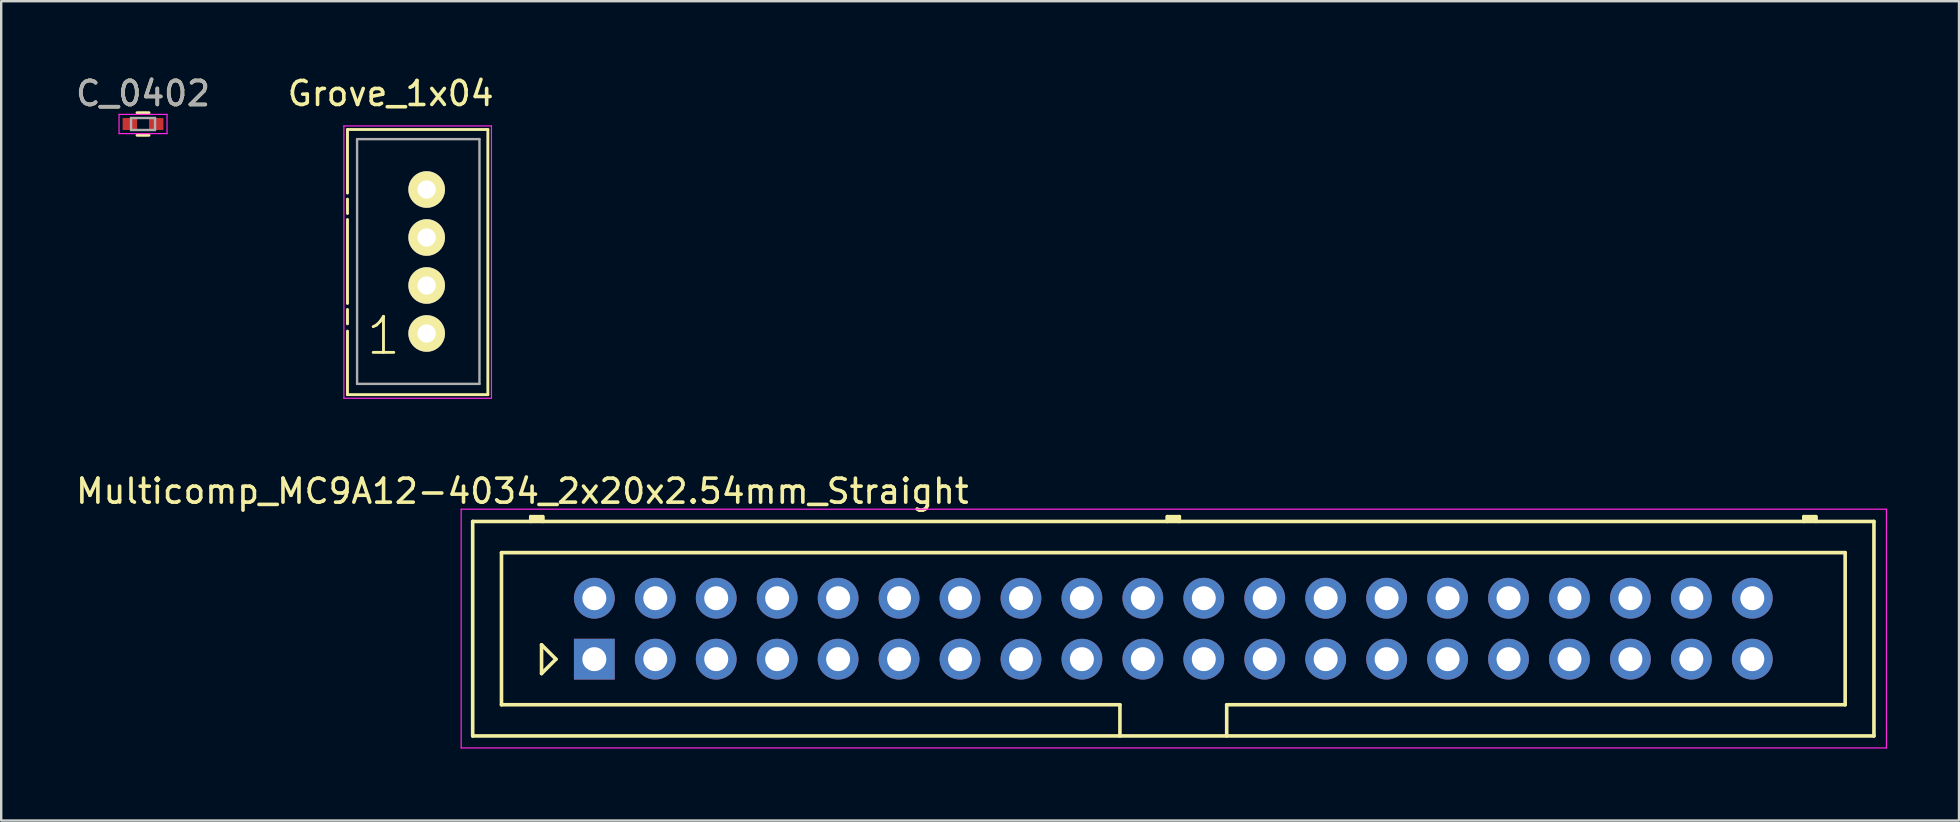
<source format=kicad_pcb>
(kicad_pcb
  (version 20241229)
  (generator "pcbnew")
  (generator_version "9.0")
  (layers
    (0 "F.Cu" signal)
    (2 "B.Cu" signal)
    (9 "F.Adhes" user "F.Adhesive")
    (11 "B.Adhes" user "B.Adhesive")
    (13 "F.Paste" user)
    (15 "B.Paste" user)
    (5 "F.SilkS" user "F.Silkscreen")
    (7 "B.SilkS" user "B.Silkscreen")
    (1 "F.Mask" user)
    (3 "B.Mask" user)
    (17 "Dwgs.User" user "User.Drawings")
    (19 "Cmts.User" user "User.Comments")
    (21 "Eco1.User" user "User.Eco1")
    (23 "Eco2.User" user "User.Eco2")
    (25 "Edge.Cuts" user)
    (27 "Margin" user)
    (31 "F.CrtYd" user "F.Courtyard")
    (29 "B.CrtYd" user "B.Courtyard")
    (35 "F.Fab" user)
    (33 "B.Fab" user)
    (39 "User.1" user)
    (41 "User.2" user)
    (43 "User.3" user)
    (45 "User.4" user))
  (footprint "Multicomp_MC9A12-4034_2x20x2.54mm_Straight"
    (layer "F.Cu")
    (at 21.72 24.422)
    (property "Reference" "Multicomp_MC9A12-4034_2x20x2.54mm_Straight" (at -3 -7 0) (layer "F.SilkS") (effects (font (size 1 1) (thickness 0.15))))
    (attr through_hole)
    (fp_line (start -5.07 -5.74) (end 53.33 -5.74) (stroke (width 0.15) (type solid)) (layer "F.SilkS"))
    (fp_line (start -5.07 3.2) (end -5.07 -5.74) (stroke (width 0.15) (type solid)) (layer "F.SilkS"))
    (fp_line (start -3.87 -4.44) (end 52.13 -4.44) (stroke (width 0.15) (type solid)) (layer "F.SilkS"))
    (fp_line (start -3.87 1.9) (end -3.87 -4.44) (stroke (width 0.15) (type solid)) (layer "F.SilkS"))
    (fp_line (start -2.65 -5.94) (end -2.15 -5.94) (stroke (width 0.15) (type solid)) (layer "F.SilkS"))
    (fp_line (start -2.65 -5.84) (end -2.15 -5.84) (stroke (width 0.15) (type solid)) (layer "F.SilkS"))
    (fp_line (start -2.65 -5.74) (end -2.65 -5.94) (stroke (width 0.15) (type solid)) (layer "F.SilkS"))
    (fp_line (start -2.2 -0.6) (end -1.6 0) (stroke (width 0.15) (type solid)) (layer "F.SilkS"))
    (fp_line (start -2.2 0.6) (end -2.2 -0.6) (stroke (width 0.15) (type solid)) (layer "F.SilkS"))
    (fp_line (start -2.15 -5.94) (end -2.15 -5.74) (stroke (width 0.15) (type solid)) (layer "F.SilkS"))
    (fp_line (start -1.6 0) (end -2.2 0.6) (stroke (width 0.15) (type solid)) (layer "F.SilkS"))
    (fp_line (start 21.905 1.9) (end -3.87 1.9) (stroke (width 0.15) (type solid)) (layer "F.SilkS"))
    (fp_line (start 21.905 3.2) (end 21.905 1.9) (stroke (width 0.15) (type solid)) (layer "F.SilkS"))
    (fp_line (start 23.88 -5.94) (end 24.38 -5.94) (stroke (width 0.15) (type solid)) (layer "F.SilkS"))
    (fp_line (start 23.88 -5.84) (end 24.38 -5.84) (stroke (width 0.15) (type solid)) (layer "F.SilkS"))
    (fp_line (start 23.88 -5.74) (end 23.88 -5.94) (stroke (width 0.15) (type solid)) (layer "F.SilkS"))
    (fp_line (start 24.38 -5.94) (end 24.38 -5.74) (stroke (width 0.15) (type solid)) (layer "F.SilkS"))
    (fp_line (start 26.355 1.9) (end 26.355 3.2) (stroke (width 0.15) (type solid)) (layer "F.SilkS"))
    (fp_line (start 50.41 -5.94) (end 50.91 -5.94) (stroke (width 0.15) (type solid)) (layer "F.SilkS"))
    (fp_line (start 50.41 -5.84) (end 50.91 -5.84) (stroke (width 0.15) (type solid)) (layer "F.SilkS"))
    (fp_line (start 50.41 -5.74) (end 50.41 -5.94) (stroke (width 0.15) (type solid)) (layer "F.SilkS"))
    (fp_line (start 50.91 -5.94) (end 50.91 -5.74) (stroke (width 0.15) (type solid)) (layer "F.SilkS"))
    (fp_line (start 52.13 -4.44) (end 52.13 1.9) (stroke (width 0.15) (type solid)) (layer "F.SilkS"))
    (fp_line (start 52.13 1.9) (end 26.355 1.9) (stroke (width 0.15) (type solid)) (layer "F.SilkS"))
    (fp_line (start 53.33 -5.74) (end 53.33 3.2) (stroke (width 0.15) (type solid)) (layer "F.SilkS"))
    (fp_line (start 53.33 3.2) (end -5.07 3.2) (stroke (width 0.15) (type solid)) (layer "F.SilkS"))
    (fp_line (start -5.55 -6.25) (end 53.85 -6.25) (stroke (width 0.05) (type solid)) (layer "F.CrtYd"))
    (fp_line (start -5.55 3.7) (end -5.55 -6.25) (stroke (width 0.05) (type solid)) (layer "F.CrtYd"))
    (fp_line (start 53.85 -6.25) (end 53.85 3.7) (stroke (width 0.05) (type solid)) (layer "F.CrtYd"))
    (fp_line (start 53.85 3.7) (end -5.55 3.7) (stroke (width 0.05) (type solid)) (layer "F.CrtYd"))
    (pad "1" thru_hole rect (at 0 0) (size 1.7 1.7) (drill 1) (layers "*.Cu" "*.Mask"))
    (pad "2" thru_hole circle (at 0 -2.54) (size 1.7 1.7) (drill 1) (layers "*.Cu" "*.Mask"))
    (pad "3" thru_hole circle (at 2.54 0) (size 1.7 1.7) (drill 1) (layers "*.Cu" "*.Mask"))
    (pad "4" thru_hole circle (at 2.54 -2.54) (size 1.7 1.7) (drill 1) (layers "*.Cu" "*.Mask"))
    (pad "5" thru_hole circle (at 5.08 0) (size 1.7 1.7) (drill 1) (layers "*.Cu" "*.Mask"))
    (pad "6" thru_hole circle (at 5.08 -2.54) (size 1.7 1.7) (drill 1) (layers "*.Cu" "*.Mask"))
    (pad "7" thru_hole circle (at 7.62 0) (size 1.7 1.7) (drill 1) (layers "*.Cu" "*.Mask"))
    (pad "8" thru_hole circle (at 7.62 -2.54) (size 1.7 1.7) (drill 1) (layers "*.Cu" "*.Mask"))
    (pad "9" thru_hole circle (at 10.16 0) (size 1.7 1.7) (drill 1) (layers "*.Cu" "*.Mask"))
    (pad "10" thru_hole circle (at 10.16 -2.54) (size 1.7 1.7) (drill 1) (layers "*.Cu" "*.Mask"))
    (pad "11" thru_hole circle (at 12.7 0) (size 1.7 1.7) (drill 1) (layers "*.Cu" "*.Mask"))
    (pad "12" thru_hole circle (at 12.7 -2.54) (size 1.7 1.7) (drill 1) (layers "*.Cu" "*.Mask"))
    (pad "13" thru_hole circle (at 15.24 0) (size 1.7 1.7) (drill 1) (layers "*.Cu" "*.Mask"))
    (pad "14" thru_hole circle (at 15.24 -2.54) (size 1.7 1.7) (drill 1) (layers "*.Cu" "*.Mask"))
    (pad "15" thru_hole circle (at 17.78 0) (size 1.7 1.7) (drill 1) (layers "*.Cu" "*.Mask"))
    (pad "16" thru_hole circle (at 17.78 -2.54) (size 1.7 1.7) (drill 1) (layers "*.Cu" "*.Mask"))
    (pad "17" thru_hole circle (at 20.32 0) (size 1.7 1.7) (drill 1) (layers "*.Cu" "*.Mask"))
    (pad "18" thru_hole circle (at 20.32 -2.54) (size 1.7 1.7) (drill 1) (layers "*.Cu" "*.Mask"))
    (pad "19" thru_hole circle (at 22.86 0) (size 1.7 1.7) (drill 1) (layers "*.Cu" "*.Mask"))
    (pad "20" thru_hole circle (at 22.86 -2.54) (size 1.7 1.7) (drill 1) (layers "*.Cu" "*.Mask"))
    (pad "21" thru_hole circle (at 25.4 0) (size 1.7 1.7) (drill 1) (layers "*.Cu" "*.Mask"))
    (pad "22" thru_hole circle (at 25.4 -2.54) (size 1.7 1.7) (drill 1) (layers "*.Cu" "*.Mask"))
    (pad "23" thru_hole circle (at 27.94 0) (size 1.7 1.7) (drill 1) (layers "*.Cu" "*.Mask"))
    (pad "24" thru_hole circle (at 27.94 -2.54) (size 1.7 1.7) (drill 1) (layers "*.Cu" "*.Mask"))
    (pad "25" thru_hole circle (at 30.48 0) (size 1.7 1.7) (drill 1) (layers "*.Cu" "*.Mask"))
    (pad "26" thru_hole circle (at 30.48 -2.54) (size 1.7 1.7) (drill 1) (layers "*.Cu" "*.Mask"))
    (pad "27" thru_hole circle (at 33.02 0) (size 1.7 1.7) (drill 1) (layers "*.Cu" "*.Mask"))
    (pad "28" thru_hole circle (at 33.02 -2.54) (size 1.7 1.7) (drill 1) (layers "*.Cu" "*.Mask"))
    (pad "29" thru_hole circle (at 35.56 0) (size 1.7 1.7) (drill 1) (layers "*.Cu" "*.Mask"))
    (pad "30" thru_hole circle (at 35.56 -2.54) (size 1.7 1.7) (drill 1) (layers "*.Cu" "*.Mask"))
    (pad "31" thru_hole circle (at 38.1 0) (size 1.7 1.7) (drill 1) (layers "*.Cu" "*.Mask"))
    (pad "32" thru_hole circle (at 38.1 -2.54) (size 1.7 1.7) (drill 1) (layers "*.Cu" "*.Mask"))
    (pad "33" thru_hole circle (at 40.64 0) (size 1.7 1.7) (drill 1) (layers "*.Cu" "*.Mask"))
    (pad "34" thru_hole circle (at 40.64 -2.54) (size 1.7 1.7) (drill 1) (layers "*.Cu" "*.Mask"))
    (pad "35" thru_hole circle (at 43.18 0) (size 1.7 1.7) (drill 1) (layers "*.Cu" "*.Mask"))
    (pad "36" thru_hole circle (at 43.18 -2.54) (size 1.7 1.7) (drill 1) (layers "*.Cu" "*.Mask"))
    (pad "37" thru_hole circle (at 45.72 0) (size 1.7 1.7) (drill 1) (layers "*.Cu" "*.Mask"))
    (pad "38" thru_hole circle (at 45.72 -2.54) (size 1.7 1.7) (drill 1) (layers "*.Cu" "*.Mask"))
    (pad "39" thru_hole circle (at 48.26 0) (size 1.7 1.7) (drill 1) (layers "*.Cu" "*.Mask"))
    (pad "40" thru_hole circle (at 48.26 -2.54) (size 1.7 1.7) (drill 1) (layers "*.Cu" "*.Mask")))
  (footprint "C_0402"
    (layer "F.Cu")
    (at 2.911 2.118)
    (property "Reference" "C_0402" (at 0 -1.27 0) (layer "F.SilkS") (effects (font (size 1 1) (thickness 0.15))))
    (attr smd)
    (fp_line (start -0.25 0.47) (end 0.25 0.47) (stroke (width 0.12) (type solid)) (layer "F.SilkS"))
    (fp_line (start 0.25 -0.47) (end -0.25 -0.47) (stroke (width 0.12) (type solid)) (layer "F.SilkS"))
    (fp_line (start -1 -0.4) (end -1 0.4) (stroke (width 0.05) (type solid)) (layer "F.CrtYd"))
    (fp_line (start -1 -0.4) (end 1 -0.4) (stroke (width 0.05) (type solid)) (layer "F.CrtYd"))
    (fp_line (start 1 0.4) (end -1 0.4) (stroke (width 0.05) (type solid)) (layer "F.CrtYd"))
    (fp_line (start 1 0.4) (end 1 -0.4) (stroke (width 0.05) (type solid)) (layer "F.CrtYd"))
    (fp_line (start -0.5 -0.25) (end 0.5 -0.25) (stroke (width 0.1) (type solid)) (layer "F.Fab"))
    (fp_line (start -0.5 0.25) (end -0.5 -0.25) (stroke (width 0.1) (type solid)) (layer "F.Fab"))
    (fp_line (start 0.5 -0.25) (end 0.5 0.25) (stroke (width 0.1) (type solid)) (layer "F.Fab"))
    (fp_line (start 0.5 0.25) (end -0.5 0.25) (stroke (width 0.1) (type solid)) (layer "F.Fab"))
    (fp_text user "${REFERENCE}" (at 0 -1.27 0) (layer "F.Fab") (effects (font (size 1 1) (thickness 0.15))))
    (pad "1" smd rect (at -0.55 0) (size 0.6 0.5) (layers "F.Cu" "F.Mask" "F.Paste"))
    (pad "2" smd rect (at 0.55 0) (size 0.6 0.5) (layers "F.Cu" "F.Mask" "F.Paste")))
  (footprint "Grove_1x04"
    (layer "F.Cu")
    (at 14.732 4.848)
    (property "Reference" "Grove_1x04" (at -1.5 -4 0) (layer "F.SilkS") (effects (font (size 1 1) (thickness 0.15))))
    (attr through_hole)
    (fp_line (start -3.3 -2.5) (end -3.3 0.15) (stroke (width 0.12) (type solid)) (layer "F.SilkS"))
    (fp_line (start -3.3 -2.5) (end 2.55 -2.5) (stroke (width 0.12) (type solid)) (layer "F.SilkS"))
    (fp_line (start -3.3 0.4) (end -3.3 1) (stroke (width 0.12) (type solid)) (layer "F.SilkS"))
    (fp_line (start -3.3 1.25) (end -3.3 4.75) (stroke (width 0.12) (type solid)) (layer "F.SilkS"))
    (fp_line (start -3.3 5) (end -3.3 5.6) (stroke (width 0.12) (type solid)) (layer "F.SilkS"))
    (fp_line (start -3.3 5.9) (end -3.3 8.55) (stroke (width 0.12) (type solid)) (layer "F.SilkS"))
    (fp_line (start -3.3 8.55) (end 2.55 8.55) (stroke (width 0.12) (type solid)) (layer "F.SilkS"))
    (fp_line (start 2.55 -2.5) (end 2.55 8.55) (stroke (width 0.12) (type solid)) (layer "F.SilkS"))
    (fp_line (start -3.45 -2.65) (end -3.45 8.7) (stroke (width 0.05) (type solid)) (layer "F.CrtYd"))
    (fp_line (start -3.45 -2.65) (end 2.7 -2.65) (stroke (width 0.05) (type solid)) (layer "F.CrtYd"))
    (fp_line (start -3.45 8.7) (end 2.7 8.7) (stroke (width 0.05) (type solid)) (layer "F.CrtYd"))
    (fp_line (start 2.7 8.7) (end 2.7 -2.65) (stroke (width 0.05) (type solid)) (layer "F.CrtYd"))
    (fp_line (start -2.9 -2.1) (end 2.2 -2.1) (stroke (width 0.1) (type solid)) (layer "F.Fab"))
    (fp_line (start -2.9 8.1) (end -2.9 -2.1) (stroke (width 0.1) (type solid)) (layer "F.Fab"))
    (fp_line (start 2.2 -2.1) (end 2.2 8.1) (stroke (width 0.1) (type solid)) (layer "F.Fab"))
    (fp_line (start 2.2 8.1) (end -2.9 8.1) (stroke (width 0.1) (type solid)) (layer "F.Fab"))
    (fp_text user "1" (at -1.8 6.1 0) (layer "F.SilkS") (effects (font (size 1.5 1.5) (thickness 0.12))))
    (pad "1" thru_hole circle (at 0 6) (size 1.524 1.524) (drill 0.762) (layers "*.Cu" "*.Mask" "F.SilkS"))
    (pad "2" thru_hole circle (at 0 4) (size 1.524 1.524) (drill 0.762) (layers "*.Cu" "*.Mask" "F.SilkS"))
    (pad "3" thru_hole circle (at 0 2) (size 1.524 1.524) (drill 0.762) (layers "*.Cu" "*.Mask" "F.SilkS"))
    (pad "4" thru_hole circle (at 0 0) (size 1.524 1.524) (drill 0.762) (layers "*.Cu" "*.Mask" "F.SilkS")))
  (gr_rect
    (start -3 -3)
    (end 78.595 31.146)
    (stroke (width 0.1) (type default))
    (fill no)
    (layer "Edge.Cuts")))
</source>
